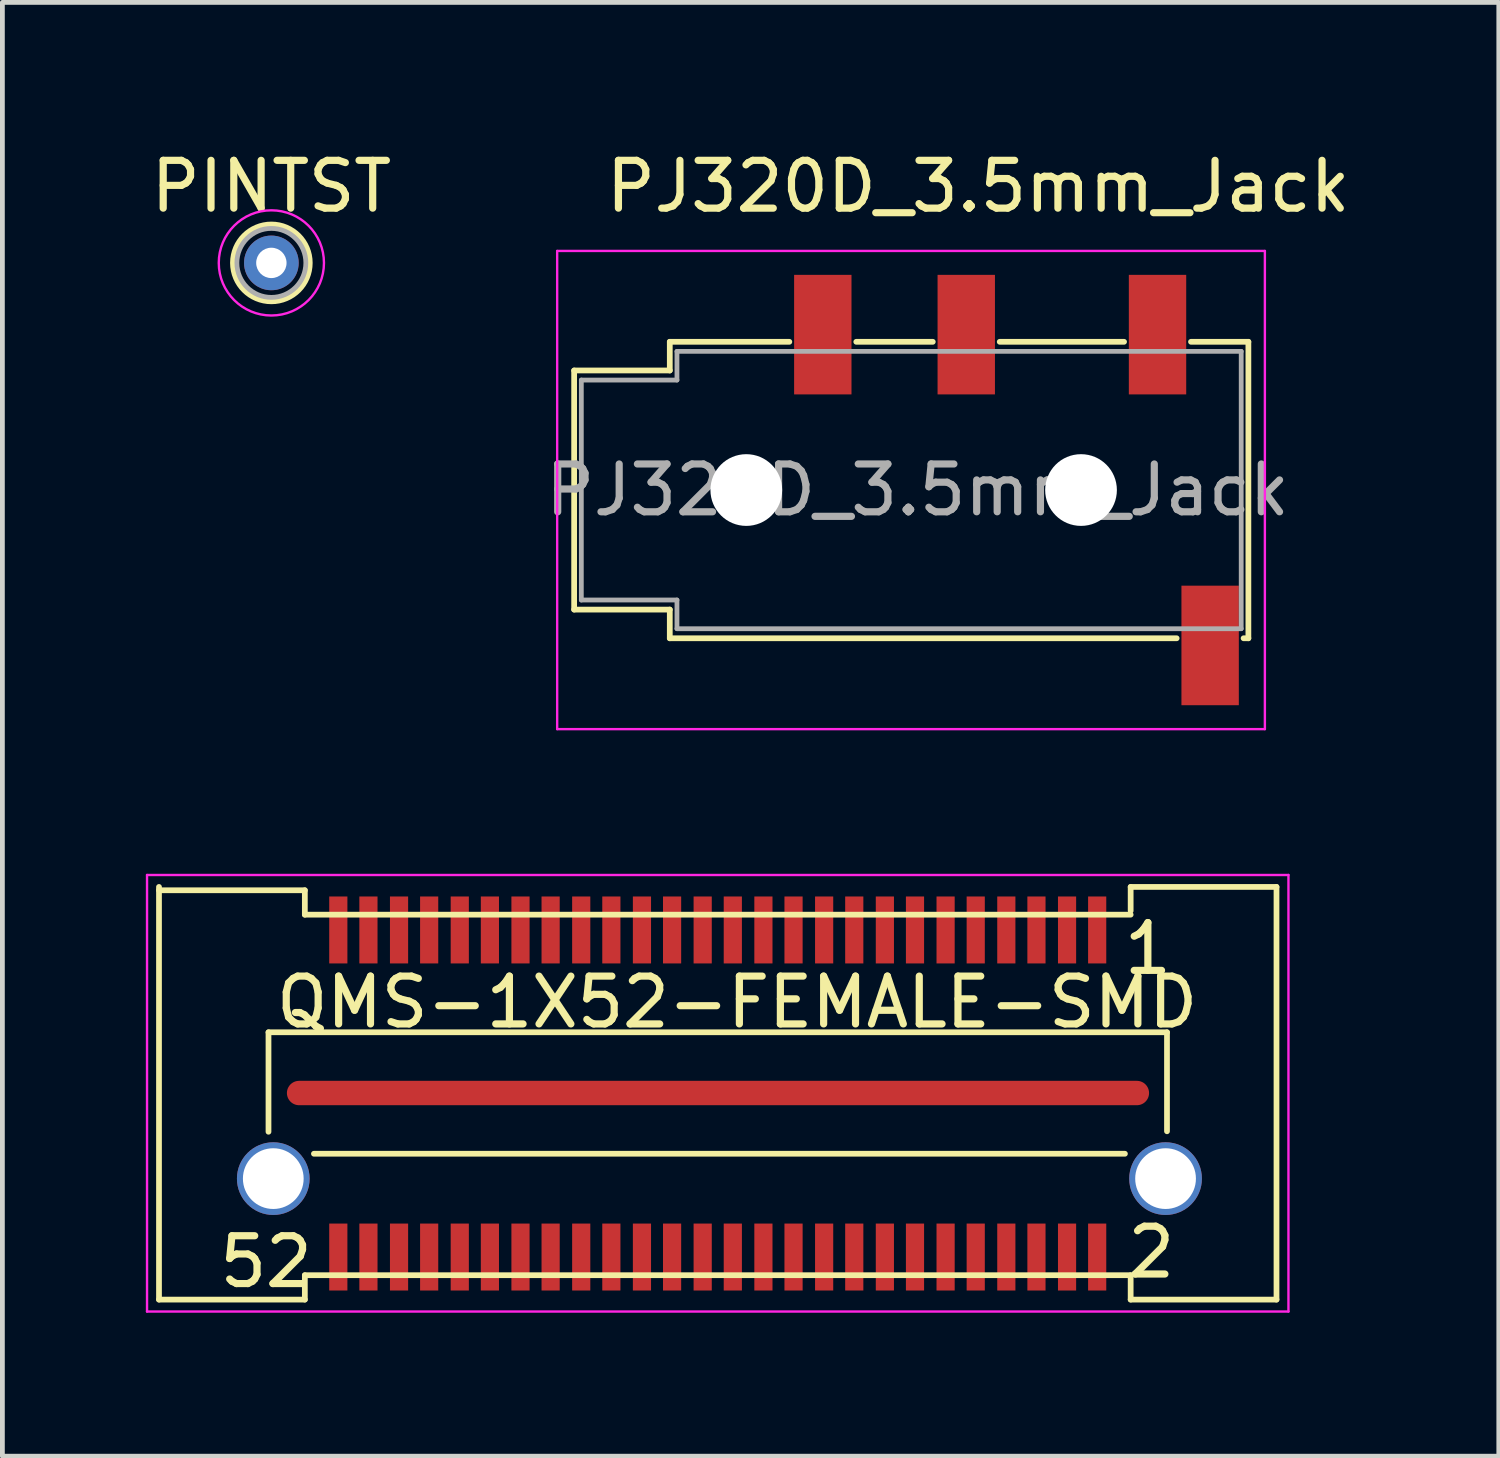
<source format=kicad_pcb>
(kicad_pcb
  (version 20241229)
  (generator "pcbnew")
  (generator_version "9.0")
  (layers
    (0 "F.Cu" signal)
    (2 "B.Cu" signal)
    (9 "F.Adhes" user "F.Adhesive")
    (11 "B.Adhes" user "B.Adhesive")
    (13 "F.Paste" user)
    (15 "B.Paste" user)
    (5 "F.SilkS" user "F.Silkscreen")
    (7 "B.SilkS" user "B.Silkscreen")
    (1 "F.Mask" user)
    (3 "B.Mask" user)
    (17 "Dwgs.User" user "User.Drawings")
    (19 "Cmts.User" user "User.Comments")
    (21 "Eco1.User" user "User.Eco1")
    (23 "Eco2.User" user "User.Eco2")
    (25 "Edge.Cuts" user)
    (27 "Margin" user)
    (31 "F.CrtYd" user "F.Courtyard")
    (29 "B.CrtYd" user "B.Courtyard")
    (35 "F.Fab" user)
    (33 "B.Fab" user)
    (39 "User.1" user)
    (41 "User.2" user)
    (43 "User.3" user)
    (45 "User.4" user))
  (footprint "PJ320D_3.5mm_Jack"
    (layer "F.Cu")
    (at 17.332 7.198)
    (property "Reference" "PJ320D_3.5mm_Jack" (at 0.075 -6.35 0) (layer "F.SilkS") (effects (font (size 1 1) (thickness 0.15))))
    (attr smd)
    (fp_line (start -8.375 -2.5) (end -8.375 2.5) (stroke (width 0.12) (type solid)) (layer "F.SilkS"))
    (fp_line (start -6.375 -3.1) (end -6.375 -2.5) (stroke (width 0.12) (type solid)) (layer "F.SilkS"))
    (fp_line (start -6.375 -3.1) (end -3.875 -3.1) (stroke (width 0.12) (type solid)) (layer "F.SilkS"))
    (fp_line (start -6.375 -2.5) (end -8.375 -2.5) (stroke (width 0.12) (type solid)) (layer "F.SilkS"))
    (fp_line (start -6.375 2.5) (end -8.375 2.5) (stroke (width 0.12) (type solid)) (layer "F.SilkS"))
    (fp_line (start -6.375 2.5) (end -6.375 3.1) (stroke (width 0.12) (type solid)) (layer "F.SilkS"))
    (fp_line (start -2.475 -3.1) (end -0.875 -3.1) (stroke (width 0.12) (type solid)) (layer "F.SilkS"))
    (fp_line (start 0.525 -3.1) (end 3.125 -3.1) (stroke (width 0.12) (type solid)) (layer "F.SilkS"))
    (fp_line (start 4.225 3.1) (end -6.375 3.1) (stroke (width 0.12) (type solid)) (layer "F.SilkS"))
    (fp_line (start 4.525 -3.1) (end 5.725 -3.1) (stroke (width 0.12) (type solid)) (layer "F.SilkS"))
    (fp_line (start 5.625 3.1) (end 5.725 3.1) (stroke (width 0.12) (type solid)) (layer "F.SilkS"))
    (fp_line (start 5.725 3.1) (end 5.725 -3.1) (stroke (width 0.12) (type solid)) (layer "F.SilkS"))
    (fp_line (start -8.73 -5) (end 6.07 -5) (stroke (width 0.05) (type solid)) (layer "F.CrtYd"))
    (fp_line (start -8.73 5) (end -8.73 -5) (stroke (width 0.05) (type solid)) (layer "F.CrtYd"))
    (fp_line (start -8.73 5) (end 6.07 5) (stroke (width 0.05) (type solid)) (layer "F.CrtYd"))
    (fp_line (start 6.07 5) (end 6.07 -5) (stroke (width 0.05) (type solid)) (layer "F.CrtYd"))
    (fp_line (start -8.225 -2.3) (end -6.225 -2.3) (stroke (width 0.1) (type solid)) (layer "F.Fab"))
    (fp_line (start -8.225 2.3) (end -8.225 -2.3) (stroke (width 0.1) (type solid)) (layer "F.Fab"))
    (fp_line (start -6.225 -2.9) (end 5.575 -2.9) (stroke (width 0.1) (type solid)) (layer "F.Fab"))
    (fp_line (start -6.225 -2.3) (end -6.225 -2.9) (stroke (width 0.1) (type solid)) (layer "F.Fab"))
    (fp_line (start -6.225 2.3) (end -8.225 2.3) (stroke (width 0.1) (type solid)) (layer "F.Fab"))
    (fp_line (start -6.225 2.9) (end -6.225 2.3) (stroke (width 0.1) (type solid)) (layer "F.Fab"))
    (fp_line (start 5.575 -2.9) (end 5.575 2.9) (stroke (width 0.1) (type solid)) (layer "F.Fab"))
    (fp_line (start 5.575 2.9) (end -6.225 2.9) (stroke (width 0.1) (type solid)) (layer "F.Fab"))
    (fp_text user "${REFERENCE}" (at -1.195 0 0) (layer "F.Fab") (effects (font (size 1 1) (thickness 0.15))))
    (pad "" np_thru_hole circle (at -4.775 0) (size 1.5 1.5) (drill 1.5) (layers "*.Cu" "*.Mask"))
    (pad "" np_thru_hole circle (at 2.225 0) (size 1.5 1.5) (drill 1.5) (layers "*.Cu" "*.Mask"))
    (pad "1" smd rect (at 3.825 -3.25) (size 1.2 2.5) (layers "F.Cu" "F.Mask" "F.Paste"))
    (pad "2" smd rect (at -0.175 -3.25) (size 1.2 2.5) (layers "F.Cu" "F.Mask" "F.Paste"))
    (pad "3" smd rect (at -3.175 -3.25) (size 1.2 2.5) (layers "F.Cu" "F.Mask" "F.Paste"))
    (pad "4" smd rect (at 4.925 3.25) (size 1.2 2.5) (layers "F.Cu" "F.Mask" "F.Paste")))
  (footprint "QMS-1X52-FEMALE-SMD"
    (layer "F.Cu")
    (at 11.995 19.818)
    (property "Reference" "QMS-1X52-FEMALE-SMD" (at 0.37 -1.91 0) (layer "F.SilkS") (effects (font (size 1 1) (thickness 0.15))))
    (attr smd)
    (fp_line (start -11.72 -4.32) (end -11.72 4.31) (stroke (width 0.12) (type solid)) (layer "F.SilkS"))
    (fp_line (start -9.43 -1.28) (end -9.43 0.8) (stroke (width 0.12) (type solid)) (layer "F.SilkS"))
    (fp_line (start -8.67 -4.25) (end -11.72 -4.25) (stroke (width 0.12) (type solid)) (layer "F.SilkS"))
    (fp_line (start -8.67 -3.74) (end -8.67 -4.25) (stroke (width 0.12) (type solid)) (layer "F.SilkS"))
    (fp_line (start -8.67 3.8) (end 8.6 3.8) (stroke (width 0.12) (type solid)) (layer "F.SilkS"))
    (fp_line (start -8.67 4.31) (end -11.72 4.31) (stroke (width 0.12) (type solid)) (layer "F.SilkS"))
    (fp_line (start -8.67 4.31) (end -8.67 3.8) (stroke (width 0.12) (type solid)) (layer "F.SilkS"))
    (fp_line (start 8.48 1.26) (end -8.48 1.26) (stroke (width 0.12) (type solid)) (layer "F.SilkS"))
    (fp_line (start 8.6 -4.32) (end 8.6 -3.82) (stroke (width 0.12) (type solid)) (layer "F.SilkS"))
    (fp_line (start 8.6 -3.74) (end -8.67 -3.74) (stroke (width 0.12) (type solid)) (layer "F.SilkS"))
    (fp_line (start 8.6 3.8) (end 8.6 4.31) (stroke (width 0.12) (type solid)) (layer "F.SilkS"))
    (fp_line (start 8.6 4.31) (end 11.65 4.31) (stroke (width 0.12) (type solid)) (layer "F.SilkS"))
    (fp_line (start 9.36 -1.28) (end -9.43 -1.28) (stroke (width 0.12) (type solid)) (layer "F.SilkS"))
    (fp_line (start 9.36 -1.28) (end 9.36 0.79) (stroke (width 0.12) (type solid)) (layer "F.SilkS"))
    (fp_line (start 11.65 -4.32) (end 8.6 -4.32) (stroke (width 0.12) (type solid)) (layer "F.SilkS"))
    (fp_line (start 11.65 4.31) (end 11.65 -4.32) (stroke (width 0.12) (type solid)) (layer "F.SilkS"))
    (fp_line (start -11.97 -4.57) (end -11.97 4.56) (stroke (width 0.05) (type solid)) (layer "F.CrtYd"))
    (fp_line (start -11.97 -4.57) (end 11.9 -4.57) (stroke (width 0.05) (type solid)) (layer "F.CrtYd"))
    (fp_line (start 11.9 4.56) (end -11.97 4.56) (stroke (width 0.05) (type solid)) (layer "F.CrtYd"))
    (fp_line (start 11.9 4.56) (end 11.9 -4.57) (stroke (width 0.05) (type solid)) (layer "F.CrtYd"))
    (fp_text user "2" (at 9.03 3.32 0) (layer "F.SilkS") (effects (font (size 1 1) (thickness 0.15))))
    (fp_text user "1" (at 8.96 -3.03 0) (layer "F.SilkS") (effects (font (size 1 1) (thickness 0.15))))
    (fp_text user "52" (at -9.48 3.52 0) (layer "F.SilkS") (effects (font (size 1 1) (thickness 0.15))))
    (pad "" thru_hole circle (at -9.33 1.78) (size 1.52 1.52) (drill 1.27) (layers "*.Cu" "*.Mask"))
    (pad "" thru_hole circle (at 9.33 1.78) (size 1.52 1.52) (drill 1.27) (layers "*.Cu" "*.Mask"))
    (pad "1" smd rect (at 7.9 -3.42) (size 0.38 1.4) (layers "F.Cu" "F.Mask" "F.Paste"))
    (pad "2" smd rect (at 7.9 3.42) (size 0.38 1.4) (layers "F.Cu" "F.Mask" "F.Paste"))
    (pad "3" smd rect (at 7.27 -3.42) (size 0.38 1.4) (layers "F.Cu" "F.Mask" "F.Paste"))
    (pad "4" smd rect (at 7.27 3.42) (size 0.38 1.4) (layers "F.Cu" "F.Mask" "F.Paste"))
    (pad "5" smd rect (at 6.63 -3.42) (size 0.38 1.4) (layers "F.Cu" "F.Mask" "F.Paste"))
    (pad "6" smd rect (at 6.63 3.42) (size 0.38 1.4) (layers "F.Cu" "F.Mask" "F.Paste"))
    (pad "7" smd rect (at 6 -3.42) (size 0.38 1.4) (layers "F.Cu" "F.Mask" "F.Paste"))
    (pad "8" smd rect (at 6 3.42) (size 0.38 1.4) (layers "F.Cu" "F.Mask" "F.Paste"))
    (pad "9" smd rect (at 5.36 -3.42) (size 0.38 1.4) (layers "F.Cu" "F.Mask" "F.Paste"))
    (pad "10" smd rect (at 5.36 3.42) (size 0.38 1.4) (layers "F.Cu" "F.Mask" "F.Paste"))
    (pad "11" smd rect (at 4.73 -3.42) (size 0.38 1.4) (layers "F.Cu" "F.Mask" "F.Paste"))
    (pad "12" smd rect (at 4.73 3.42) (size 0.38 1.4) (layers "F.Cu" "F.Mask" "F.Paste"))
    (pad "13" smd rect (at 4.09 -3.42) (size 0.38 1.4) (layers "F.Cu" "F.Mask" "F.Paste"))
    (pad "14" smd rect (at 4.09 3.42) (size 0.38 1.4) (layers "F.Cu" "F.Mask" "F.Paste"))
    (pad "15" smd rect (at 3.46 -3.42) (size 0.38 1.4) (layers "F.Cu" "F.Mask" "F.Paste"))
    (pad "16" smd rect (at 3.46 3.42) (size 0.38 1.4) (layers "F.Cu" "F.Mask" "F.Paste"))
    (pad "17" smd rect (at 2.82 -3.42) (size 0.38 1.4) (layers "F.Cu" "F.Mask" "F.Paste"))
    (pad "18" smd rect (at 2.82 3.42) (size 0.38 1.4) (layers "F.Cu" "F.Mask" "F.Paste"))
    (pad "19" smd rect (at 2.19 -3.42) (size 0.38 1.4) (layers "F.Cu" "F.Mask" "F.Paste"))
    (pad "20" smd rect (at 2.19 3.42) (size 0.38 1.4) (layers "F.Cu" "F.Mask" "F.Paste"))
    (pad "21" smd rect (at 1.55 -3.42) (size 0.38 1.4) (layers "F.Cu" "F.Mask" "F.Paste"))
    (pad "22" smd rect (at 1.55 3.42) (size 0.38 1.4) (layers "F.Cu" "F.Mask" "F.Paste"))
    (pad "23" smd rect (at 0.92 -3.42) (size 0.38 1.4) (layers "F.Cu" "F.Mask" "F.Paste"))
    (pad "24" smd rect (at 0.92 3.42) (size 0.38 1.4) (layers "F.Cu" "F.Mask" "F.Paste"))
    (pad "25" smd rect (at 0.28 -3.42) (size 0.38 1.4) (layers "F.Cu" "F.Mask" "F.Paste"))
    (pad "26" smd rect (at 0.28 3.42) (size 0.38 1.4) (layers "F.Cu" "F.Mask" "F.Paste"))
    (pad "27" smd rect (at -0.35 -3.42) (size 0.38 1.4) (layers "F.Cu" "F.Mask" "F.Paste"))
    (pad "28" smd rect (at -0.35 3.42) (size 0.38 1.4) (layers "F.Cu" "F.Mask" "F.Paste"))
    (pad "29" smd rect (at -0.99 -3.42) (size 0.38 1.4) (layers "F.Cu" "F.Mask" "F.Paste"))
    (pad "30" smd rect (at -0.99 3.42) (size 0.38 1.4) (layers "F.Cu" "F.Mask" "F.Paste"))
    (pad "31" smd rect (at -1.62 -3.42) (size 0.38 1.4) (layers "F.Cu" "F.Mask" "F.Paste"))
    (pad "32" smd rect (at -1.62 3.42) (size 0.38 1.4) (layers "F.Cu" "F.Mask" "F.Paste"))
    (pad "33" smd rect (at -2.26 -3.42) (size 0.38 1.4) (layers "F.Cu" "F.Mask" "F.Paste"))
    (pad "34" smd rect (at -2.26 3.42) (size 0.38 1.4) (layers "F.Cu" "F.Mask" "F.Paste"))
    (pad "35" smd rect (at -2.89 -3.42) (size 0.38 1.4) (layers "F.Cu" "F.Mask" "F.Paste"))
    (pad "36" smd rect (at -2.89 3.42) (size 0.38 1.4) (layers "F.Cu" "F.Mask" "F.Paste"))
    (pad "37" smd rect (at -3.53 -3.42) (size 0.38 1.4) (layers "F.Cu" "F.Mask" "F.Paste"))
    (pad "38" smd rect (at -3.53 3.42) (size 0.38 1.4) (layers "F.Cu" "F.Mask" "F.Paste"))
    (pad "39" smd rect (at -4.16 -3.42) (size 0.38 1.4) (layers "F.Cu" "F.Mask" "F.Paste"))
    (pad "40" smd rect (at -4.16 3.42) (size 0.38 1.4) (layers "F.Cu" "F.Mask" "F.Paste"))
    (pad "41" smd rect (at -4.8 -3.42) (size 0.38 1.4) (layers "F.Cu" "F.Mask" "F.Paste"))
    (pad "42" smd rect (at -4.8 3.42) (size 0.38 1.4) (layers "F.Cu" "F.Mask" "F.Paste"))
    (pad "43" smd rect (at -5.43 -3.42) (size 0.38 1.4) (layers "F.Cu" "F.Mask" "F.Paste"))
    (pad "44" smd rect (at -5.43 3.42) (size 0.38 1.4) (layers "F.Cu" "F.Mask" "F.Paste"))
    (pad "45" smd rect (at -6.07 -3.42) (size 0.38 1.4) (layers "F.Cu" "F.Mask" "F.Paste"))
    (pad "46" smd rect (at -6.07 3.42) (size 0.38 1.4) (layers "F.Cu" "F.Mask" "F.Paste"))
    (pad "47" smd rect (at -6.7 -3.42) (size 0.38 1.4) (layers "F.Cu" "F.Mask" "F.Paste"))
    (pad "48" smd rect (at -6.7 3.42) (size 0.38 1.4) (layers "F.Cu" "F.Mask" "F.Paste"))
    (pad "49" smd rect (at -7.34 -3.42) (size 0.38 1.4) (layers "F.Cu" "F.Mask" "F.Paste"))
    (pad "50" smd rect (at -7.34 3.42) (size 0.38 1.4) (layers "F.Cu" "F.Mask" "F.Paste"))
    (pad "51" smd rect (at -7.97 -3.42) (size 0.38 1.4) (layers "F.Cu" "F.Mask" "F.Paste"))
    (pad "52" smd rect (at -7.97 3.42) (size 0.38 1.4) (layers "F.Cu" "F.Mask" "F.Paste"))
    (pad "53" smd oval (at -0.03 -0.01) (size 18.03 0.51) (layers "F.Cu" "F.Mask" "F.Paste")))
  (footprint "PINTST"
    (layer "F.Cu")
    (at 2.625 2.448)
    (property "Reference" "PINTST" (at 0 -1.6 0) (layer "F.SilkS") (effects (font (size 1 1) (thickness 0.15))))
    (attr through_hole)
    (fp_circle (center 0 0) (end -0.254 -0.762) (stroke (width 0.12) (type solid)) (fill no) (layer "F.SilkS"))
    (fp_circle (center 0 0) (end 1.1 0) (stroke (width 0.05) (type solid)) (fill no) (layer "F.CrtYd"))
    (fp_circle (center 0 0) (end 0.4 0.6) (stroke (width 0.1) (type solid)) (fill no) (layer "F.Fab"))
    (pad "1" thru_hole circle (at 0 0) (size 1.143 1.143) (drill 0.635) (layers "*.Cu" "*.Mask")))
  (gr_rect
    (start -3 -3)
    (end 28.294 27.403)
    (stroke (width 0.1) (type default))
    (fill no)
    (layer "Edge.Cuts")))
</source>
